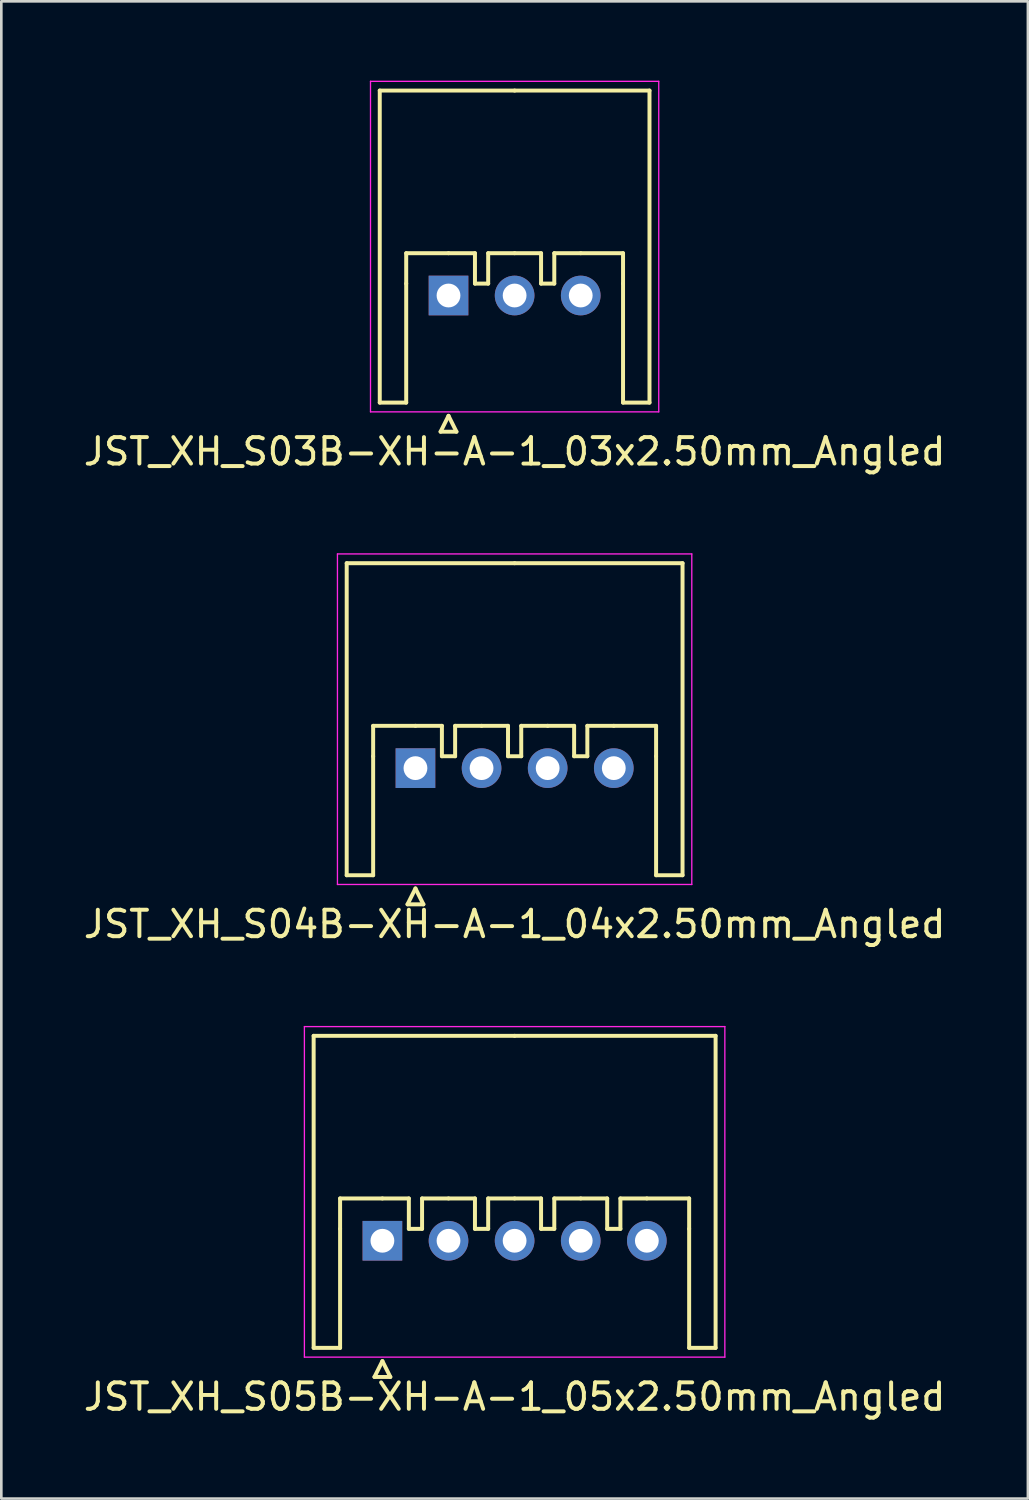
<source format=kicad_pcb>
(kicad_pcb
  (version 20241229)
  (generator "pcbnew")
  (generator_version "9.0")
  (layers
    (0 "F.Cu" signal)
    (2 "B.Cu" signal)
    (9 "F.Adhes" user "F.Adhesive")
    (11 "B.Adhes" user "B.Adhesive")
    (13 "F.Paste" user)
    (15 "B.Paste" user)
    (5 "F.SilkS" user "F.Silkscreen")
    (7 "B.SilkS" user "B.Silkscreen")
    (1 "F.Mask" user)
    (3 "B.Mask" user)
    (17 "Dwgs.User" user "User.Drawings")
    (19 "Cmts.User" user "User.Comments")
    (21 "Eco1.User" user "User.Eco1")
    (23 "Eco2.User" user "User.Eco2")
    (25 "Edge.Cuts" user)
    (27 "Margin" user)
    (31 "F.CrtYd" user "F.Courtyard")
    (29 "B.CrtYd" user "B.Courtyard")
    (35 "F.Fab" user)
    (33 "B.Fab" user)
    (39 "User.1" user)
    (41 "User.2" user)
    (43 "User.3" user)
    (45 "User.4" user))
  (footprint "JST_XH_S03B-XH-A-1_03x2.50mm_Angled"
    (layer "F.Cu")
    (at 13.911 8.125)
    (property "Reference" "JST_XH_S03B-XH-A-1_03x2.50mm_Angled" (at 2.5 5.9 0) (layer "F.SilkS") (effects (font (size 1 1) (thickness 0.15))))
    (attr through_hole)
    (fp_line (start -2.6 -7.75) (end -2.6 4.05) (stroke (width 0.15) (type solid)) (layer "F.SilkS"))
    (fp_line (start -2.6 4.05) (end -1.6 4.05) (stroke (width 0.15) (type solid)) (layer "F.SilkS"))
    (fp_line (start -1.6 -1.6) (end 0 -1.6) (stroke (width 0.15) (type solid)) (layer "F.SilkS"))
    (fp_line (start -1.6 -0.45) (end -1.6 -1.6) (stroke (width 0.15) (type solid)) (layer "F.SilkS"))
    (fp_line (start -1.6 4.05) (end -1.6 -0.45) (stroke (width 0.15) (type solid)) (layer "F.SilkS"))
    (fp_line (start -0.3 5.15) (end 0.3 5.15) (stroke (width 0.15) (type solid)) (layer "F.SilkS"))
    (fp_line (start 0 -1.6) (end 1 -1.6) (stroke (width 0.15) (type solid)) (layer "F.SilkS"))
    (fp_line (start 0 4.55) (end -0.3 5.15) (stroke (width 0.15) (type solid)) (layer "F.SilkS"))
    (fp_line (start 0.3 5.15) (end 0 4.55) (stroke (width 0.15) (type solid)) (layer "F.SilkS"))
    (fp_line (start 1 -1.6) (end 1 -0.45) (stroke (width 0.15) (type solid)) (layer "F.SilkS"))
    (fp_line (start 1 -0.45) (end 1.5 -0.45) (stroke (width 0.15) (type solid)) (layer "F.SilkS"))
    (fp_line (start 1.5 -1.6) (end 2.5 -1.6) (stroke (width 0.15) (type solid)) (layer "F.SilkS"))
    (fp_line (start 1.5 -0.45) (end 1.5 -1.6) (stroke (width 0.15) (type solid)) (layer "F.SilkS"))
    (fp_line (start 2.5 -7.75) (end -2.6 -7.75) (stroke (width 0.15) (type solid)) (layer "F.SilkS"))
    (fp_line (start 2.5 -7.75) (end 7.6 -7.75) (stroke (width 0.15) (type solid)) (layer "F.SilkS"))
    (fp_line (start 2.5 -1.6) (end 3.5 -1.6) (stroke (width 0.15) (type solid)) (layer "F.SilkS"))
    (fp_line (start 3.5 -1.6) (end 3.5 -0.45) (stroke (width 0.15) (type solid)) (layer "F.SilkS"))
    (fp_line (start 3.5 -0.45) (end 4 -0.45) (stroke (width 0.15) (type solid)) (layer "F.SilkS"))
    (fp_line (start 4 -1.6) (end 5 -1.6) (stroke (width 0.15) (type solid)) (layer "F.SilkS"))
    (fp_line (start 4 -0.45) (end 4 -1.6) (stroke (width 0.15) (type solid)) (layer "F.SilkS"))
    (fp_line (start 6.6 -1.6) (end 5 -1.6) (stroke (width 0.15) (type solid)) (layer "F.SilkS"))
    (fp_line (start 6.6 -0.45) (end 6.6 -1.6) (stroke (width 0.15) (type solid)) (layer "F.SilkS"))
    (fp_line (start 6.6 4.05) (end 6.6 -0.45) (stroke (width 0.15) (type solid)) (layer "F.SilkS"))
    (fp_line (start 7.6 -7.75) (end 7.6 4.05) (stroke (width 0.15) (type solid)) (layer "F.SilkS"))
    (fp_line (start 7.6 4.05) (end 6.6 4.05) (stroke (width 0.15) (type solid)) (layer "F.SilkS"))
    (fp_line (start -2.95 -8.1) (end -2.95 4.4) (stroke (width 0.05) (type solid)) (layer "F.CrtYd"))
    (fp_line (start -2.95 4.4) (end 7.95 4.4) (stroke (width 0.05) (type solid)) (layer "F.CrtYd"))
    (fp_line (start 7.95 -8.1) (end -2.95 -8.1) (stroke (width 0.05) (type solid)) (layer "F.CrtYd"))
    (fp_line (start 7.95 4.4) (end 7.95 -8.1) (stroke (width 0.05) (type solid)) (layer "F.CrtYd"))
    (pad "1" thru_hole rect (at 0 0) (size 1.5 1.5) (drill 0.9) (layers "*.Cu" "*.Mask"))
    (pad "2" thru_hole circle (at 2.5 0) (size 1.5 1.5) (drill 0.9) (layers "*.Cu" "*.Mask"))
    (pad "3" thru_hole circle (at 5 0) (size 1.5 1.5) (drill 0.9) (layers "*.Cu" "*.Mask")))
  (footprint "JST_XH_S04B-XH-A-1_04x2.50mm_Angled"
    (layer "F.Cu")
    (at 12.661 25.998)
    (property "Reference" "JST_XH_S04B-XH-A-1_04x2.50mm_Angled" (at 3.75 5.9 0) (layer "F.SilkS") (effects (font (size 1 1) (thickness 0.15))))
    (attr through_hole)
    (fp_line (start -2.6 -7.75) (end -2.6 4.05) (stroke (width 0.15) (type solid)) (layer "F.SilkS"))
    (fp_line (start -2.6 4.05) (end -1.6 4.05) (stroke (width 0.15) (type solid)) (layer "F.SilkS"))
    (fp_line (start -1.6 -1.6) (end 0 -1.6) (stroke (width 0.15) (type solid)) (layer "F.SilkS"))
    (fp_line (start -1.6 -0.45) (end -1.6 -1.6) (stroke (width 0.15) (type solid)) (layer "F.SilkS"))
    (fp_line (start -1.6 4.05) (end -1.6 -0.45) (stroke (width 0.15) (type solid)) (layer "F.SilkS"))
    (fp_line (start -0.3 5.15) (end 0.3 5.15) (stroke (width 0.15) (type solid)) (layer "F.SilkS"))
    (fp_line (start 0 -1.6) (end 1 -1.6) (stroke (width 0.15) (type solid)) (layer "F.SilkS"))
    (fp_line (start 0 4.55) (end -0.3 5.15) (stroke (width 0.15) (type solid)) (layer "F.SilkS"))
    (fp_line (start 0.3 5.15) (end 0 4.55) (stroke (width 0.15) (type solid)) (layer "F.SilkS"))
    (fp_line (start 1 -1.6) (end 1 -0.45) (stroke (width 0.15) (type solid)) (layer "F.SilkS"))
    (fp_line (start 1 -0.45) (end 1.5 -0.45) (stroke (width 0.15) (type solid)) (layer "F.SilkS"))
    (fp_line (start 1.5 -1.6) (end 2.5 -1.6) (stroke (width 0.15) (type solid)) (layer "F.SilkS"))
    (fp_line (start 1.5 -0.45) (end 1.5 -1.6) (stroke (width 0.15) (type solid)) (layer "F.SilkS"))
    (fp_line (start 2.5 -1.6) (end 3.5 -1.6) (stroke (width 0.15) (type solid)) (layer "F.SilkS"))
    (fp_line (start 3.5 -1.6) (end 3.5 -0.45) (stroke (width 0.15) (type solid)) (layer "F.SilkS"))
    (fp_line (start 3.5 -0.45) (end 4 -0.45) (stroke (width 0.15) (type solid)) (layer "F.SilkS"))
    (fp_line (start 3.75 -7.75) (end -2.6 -7.75) (stroke (width 0.15) (type solid)) (layer "F.SilkS"))
    (fp_line (start 3.75 -7.75) (end 10.1 -7.75) (stroke (width 0.15) (type solid)) (layer "F.SilkS"))
    (fp_line (start 4 -1.6) (end 5 -1.6) (stroke (width 0.15) (type solid)) (layer "F.SilkS"))
    (fp_line (start 4 -0.45) (end 4 -1.6) (stroke (width 0.15) (type solid)) (layer "F.SilkS"))
    (fp_line (start 5 -1.6) (end 6 -1.6) (stroke (width 0.15) (type solid)) (layer "F.SilkS"))
    (fp_line (start 6 -1.6) (end 6 -0.45) (stroke (width 0.15) (type solid)) (layer "F.SilkS"))
    (fp_line (start 6 -0.45) (end 6.5 -0.45) (stroke (width 0.15) (type solid)) (layer "F.SilkS"))
    (fp_line (start 6.5 -1.6) (end 7.5 -1.6) (stroke (width 0.15) (type solid)) (layer "F.SilkS"))
    (fp_line (start 6.5 -0.45) (end 6.5 -1.6) (stroke (width 0.15) (type solid)) (layer "F.SilkS"))
    (fp_line (start 9.1 -1.6) (end 7.5 -1.6) (stroke (width 0.15) (type solid)) (layer "F.SilkS"))
    (fp_line (start 9.1 -0.45) (end 9.1 -1.6) (stroke (width 0.15) (type solid)) (layer "F.SilkS"))
    (fp_line (start 9.1 4.05) (end 9.1 -0.45) (stroke (width 0.15) (type solid)) (layer "F.SilkS"))
    (fp_line (start 10.1 -7.75) (end 10.1 4.05) (stroke (width 0.15) (type solid)) (layer "F.SilkS"))
    (fp_line (start 10.1 4.05) (end 9.1 4.05) (stroke (width 0.15) (type solid)) (layer "F.SilkS"))
    (fp_line (start -2.95 -8.1) (end -2.95 4.4) (stroke (width 0.05) (type solid)) (layer "F.CrtYd"))
    (fp_line (start -2.95 4.4) (end 10.45 4.4) (stroke (width 0.05) (type solid)) (layer "F.CrtYd"))
    (fp_line (start 10.45 -8.1) (end -2.95 -8.1) (stroke (width 0.05) (type solid)) (layer "F.CrtYd"))
    (fp_line (start 10.45 4.4) (end 10.45 -8.1) (stroke (width 0.05) (type solid)) (layer "F.CrtYd"))
    (pad "1" thru_hole rect (at 0 0) (size 1.5 1.5) (drill 0.9) (layers "*.Cu" "*.Mask"))
    (pad "2" thru_hole circle (at 2.5 0) (size 1.5 1.5) (drill 0.9) (layers "*.Cu" "*.Mask"))
    (pad "3" thru_hole circle (at 5 0) (size 1.5 1.5) (drill 0.9) (layers "*.Cu" "*.Mask"))
    (pad "4" thru_hole circle (at 7.5 0) (size 1.5 1.5) (drill 0.9) (layers "*.Cu" "*.Mask")))
  (footprint "JST_XH_S05B-XH-A-1_05x2.50mm_Angled"
    (layer "F.Cu")
    (at 11.411 43.871)
    (property "Reference" "JST_XH_S05B-XH-A-1_05x2.50mm_Angled" (at 5 5.9 0) (layer "F.SilkS") (effects (font (size 1 1) (thickness 0.15))))
    (attr through_hole)
    (fp_line (start -2.6 -7.75) (end -2.6 4.05) (stroke (width 0.15) (type solid)) (layer "F.SilkS"))
    (fp_line (start -2.6 4.05) (end -1.6 4.05) (stroke (width 0.15) (type solid)) (layer "F.SilkS"))
    (fp_line (start -1.6 -1.6) (end 0 -1.6) (stroke (width 0.15) (type solid)) (layer "F.SilkS"))
    (fp_line (start -1.6 -0.45) (end -1.6 -1.6) (stroke (width 0.15) (type solid)) (layer "F.SilkS"))
    (fp_line (start -1.6 4.05) (end -1.6 -0.45) (stroke (width 0.15) (type solid)) (layer "F.SilkS"))
    (fp_line (start -0.3 5.15) (end 0.3 5.15) (stroke (width 0.15) (type solid)) (layer "F.SilkS"))
    (fp_line (start 0 -1.6) (end 1 -1.6) (stroke (width 0.15) (type solid)) (layer "F.SilkS"))
    (fp_line (start 0 4.55) (end -0.3 5.15) (stroke (width 0.15) (type solid)) (layer "F.SilkS"))
    (fp_line (start 0.3 5.15) (end 0 4.55) (stroke (width 0.15) (type solid)) (layer "F.SilkS"))
    (fp_line (start 1 -1.6) (end 1 -0.45) (stroke (width 0.15) (type solid)) (layer "F.SilkS"))
    (fp_line (start 1 -0.45) (end 1.5 -0.45) (stroke (width 0.15) (type solid)) (layer "F.SilkS"))
    (fp_line (start 1.5 -1.6) (end 2.5 -1.6) (stroke (width 0.15) (type solid)) (layer "F.SilkS"))
    (fp_line (start 1.5 -0.45) (end 1.5 -1.6) (stroke (width 0.15) (type solid)) (layer "F.SilkS"))
    (fp_line (start 2.5 -1.6) (end 3.5 -1.6) (stroke (width 0.15) (type solid)) (layer "F.SilkS"))
    (fp_line (start 3.5 -1.6) (end 3.5 -0.45) (stroke (width 0.15) (type solid)) (layer "F.SilkS"))
    (fp_line (start 3.5 -0.45) (end 4 -0.45) (stroke (width 0.15) (type solid)) (layer "F.SilkS"))
    (fp_line (start 4 -1.6) (end 5 -1.6) (stroke (width 0.15) (type solid)) (layer "F.SilkS"))
    (fp_line (start 4 -0.45) (end 4 -1.6) (stroke (width 0.15) (type solid)) (layer "F.SilkS"))
    (fp_line (start 5 -7.75) (end -2.6 -7.75) (stroke (width 0.15) (type solid)) (layer "F.SilkS"))
    (fp_line (start 5 -7.75) (end 12.6 -7.75) (stroke (width 0.15) (type solid)) (layer "F.SilkS"))
    (fp_line (start 5 -1.6) (end 6 -1.6) (stroke (width 0.15) (type solid)) (layer "F.SilkS"))
    (fp_line (start 6 -1.6) (end 6 -0.45) (stroke (width 0.15) (type solid)) (layer "F.SilkS"))
    (fp_line (start 6 -0.45) (end 6.5 -0.45) (stroke (width 0.15) (type solid)) (layer "F.SilkS"))
    (fp_line (start 6.5 -1.6) (end 7.5 -1.6) (stroke (width 0.15) (type solid)) (layer "F.SilkS"))
    (fp_line (start 6.5 -0.45) (end 6.5 -1.6) (stroke (width 0.15) (type solid)) (layer "F.SilkS"))
    (fp_line (start 7.5 -1.6) (end 8.5 -1.6) (stroke (width 0.15) (type solid)) (layer "F.SilkS"))
    (fp_line (start 8.5 -1.6) (end 8.5 -0.45) (stroke (width 0.15) (type solid)) (layer "F.SilkS"))
    (fp_line (start 8.5 -0.45) (end 9 -0.45) (stroke (width 0.15) (type solid)) (layer "F.SilkS"))
    (fp_line (start 9 -1.6) (end 10 -1.6) (stroke (width 0.15) (type solid)) (layer "F.SilkS"))
    (fp_line (start 9 -0.45) (end 9 -1.6) (stroke (width 0.15) (type solid)) (layer "F.SilkS"))
    (fp_line (start 11.6 -1.6) (end 10 -1.6) (stroke (width 0.15) (type solid)) (layer "F.SilkS"))
    (fp_line (start 11.6 -0.45) (end 11.6 -1.6) (stroke (width 0.15) (type solid)) (layer "F.SilkS"))
    (fp_line (start 11.6 4.05) (end 11.6 -0.45) (stroke (width 0.15) (type solid)) (layer "F.SilkS"))
    (fp_line (start 12.6 -7.75) (end 12.6 4.05) (stroke (width 0.15) (type solid)) (layer "F.SilkS"))
    (fp_line (start 12.6 4.05) (end 11.6 4.05) (stroke (width 0.15) (type solid)) (layer "F.SilkS"))
    (fp_line (start -2.95 -8.1) (end -2.95 4.4) (stroke (width 0.05) (type solid)) (layer "F.CrtYd"))
    (fp_line (start -2.95 4.4) (end 12.95 4.4) (stroke (width 0.05) (type solid)) (layer "F.CrtYd"))
    (fp_line (start 12.95 -8.1) (end -2.95 -8.1) (stroke (width 0.05) (type solid)) (layer "F.CrtYd"))
    (fp_line (start 12.95 4.4) (end 12.95 -8.1) (stroke (width 0.05) (type solid)) (layer "F.CrtYd"))
    (pad "1" thru_hole rect (at 0 0) (size 1.5 1.5) (drill 0.9) (layers "*.Cu" "*.Mask"))
    (pad "2" thru_hole circle (at 2.5 0) (size 1.5 1.5) (drill 0.9) (layers "*.Cu" "*.Mask"))
    (pad "3" thru_hole circle (at 5 0) (size 1.5 1.5) (drill 0.9) (layers "*.Cu" "*.Mask"))
    (pad "4" thru_hole circle (at 7.5 0) (size 1.5 1.5) (drill 0.9) (layers "*.Cu" "*.Mask"))
    (pad "5" thru_hole circle (at 10 0) (size 1.5 1.5) (drill 0.9) (layers "*.Cu" "*.Mask")))
  (gr_rect
    (start -3 -3)
    (end 35.821 53.62)
    (stroke (width 0.1) (type default))
    (fill no)
    (layer "Edge.Cuts")))
</source>
